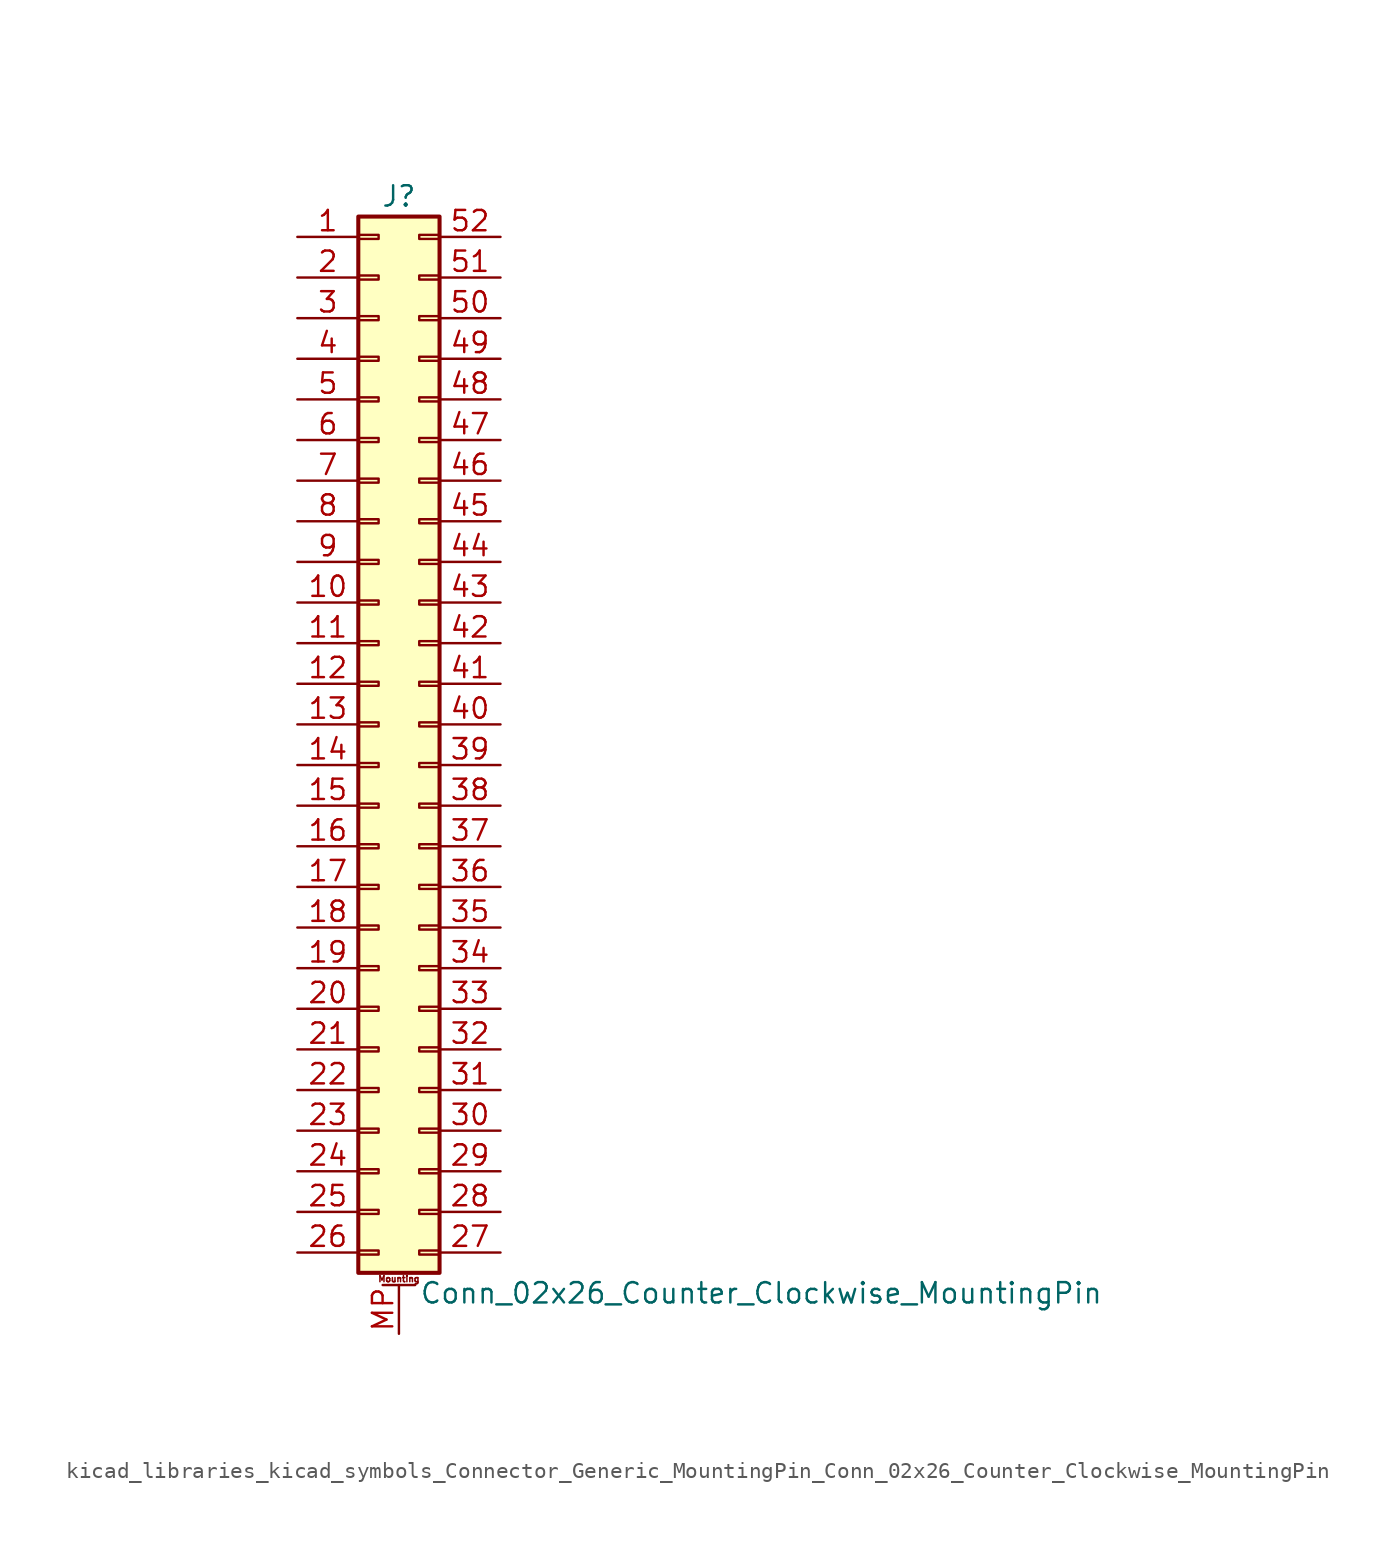
<source format=kicad_sym>
(kicad_symbol_lib
  (version 20220914)
  (generator kicad_symbol_editor)
  (symbol "kicad_libraries_kicad_symbols_Connector_Generic_MountingPin_Conn_02x26_Counter_Clockwise_MountingPin"
    (pin_names
      (offset 1.016) hide)
    (property "Reference" "J"
      (at 1.27 33.02 0)
      (effects (font (size 1.27 1.27))))
    (property "Value" "Conn_02x26_Counter_Clockwise_MountingPin"
      (at 2.54 -35.56 0)
      (effects (font (size 1.27 1.27)) (justify left)))
    (symbol "kicad_libraries_kicad_symbols_Connector_Generic_MountingPin_Conn_02x26_Counter_Clockwise_MountingPin_1_1"
      (rectangle (start -1.27 -32.893) (end 0 -33.147) (stroke (width 0.152) (type default)) (fill (type none)))
      (rectangle (start -1.27 -30.353) (end 0 -30.607) (stroke (width 0.152) (type default)) (fill (type none)))
      (rectangle (start -1.27 -27.813) (end 0 -28.067) (stroke (width 0.152) (type default)) (fill (type none)))
      (rectangle (start -1.27 -25.273) (end 0 -25.527) (stroke (width 0.152) (type default)) (fill (type none)))
      (rectangle (start -1.27 -22.733) (end 0 -22.987) (stroke (width 0.152) (type default)) (fill (type none)))
      (rectangle (start -1.27 -20.193) (end 0 -20.447) (stroke (width 0.152) (type default)) (fill (type none)))
      (rectangle (start -1.27 -17.653) (end 0 -17.907) (stroke (width 0.152) (type default)) (fill (type none)))
      (rectangle (start -1.27 -15.113) (end 0 -15.367) (stroke (width 0.152) (type default)) (fill (type none)))
      (rectangle (start -1.27 -12.573) (end 0 -12.827) (stroke (width 0.152) (type default)) (fill (type none)))
      (rectangle (start -1.27 -10.033) (end 0 -10.287) (stroke (width 0.152) (type default)) (fill (type none)))
      (rectangle (start -1.27 -7.493) (end 0 -7.747) (stroke (width 0.152) (type default)) (fill (type none)))
      (rectangle (start -1.27 -4.953) (end 0 -5.207) (stroke (width 0.152) (type default)) (fill (type none)))
      (rectangle (start -1.27 -2.413) (end 0 -2.667) (stroke (width 0.152) (type default)) (fill (type none)))
      (rectangle (start -1.27 0.127) (end 0 -0.127) (stroke (width 0.152) (type default)) (fill (type none)))
      (rectangle (start -1.27 2.667) (end 0 2.413) (stroke (width 0.152) (type default)) (fill (type none)))
      (rectangle (start -1.27 5.207) (end 0 4.953) (stroke (width 0.152) (type default)) (fill (type none)))
      (rectangle (start -1.27 7.747) (end 0 7.493) (stroke (width 0.152) (type default)) (fill (type none)))
      (rectangle (start -1.27 10.287) (end 0 10.033) (stroke (width 0.152) (type default)) (fill (type none)))
      (rectangle (start -1.27 12.827) (end 0 12.573) (stroke (width 0.152) (type default)) (fill (type none)))
      (rectangle (start -1.27 15.367) (end 0 15.113) (stroke (width 0.152) (type default)) (fill (type none)))
      (rectangle (start -1.27 17.907) (end 0 17.653) (stroke (width 0.152) (type default)) (fill (type none)))
      (rectangle (start -1.27 20.447) (end 0 20.193) (stroke (width 0.152) (type default)) (fill (type none)))
      (rectangle (start -1.27 22.987) (end 0 22.733) (stroke (width 0.152) (type default)) (fill (type none)))
      (rectangle (start -1.27 25.527) (end 0 25.273) (stroke (width 0.152) (type default)) (fill (type none)))
      (rectangle (start -1.27 28.067) (end 0 27.813) (stroke (width 0.152) (type default)) (fill (type none)))
      (rectangle (start -1.27 30.607) (end 0 30.353) (stroke (width 0.152) (type default)) (fill (type none)))
      (rectangle (start -1.27 31.75) (end 3.81 -34.29) (stroke (width 0.254) (type default)) (fill (type background)))
      (polyline (pts (xy 0.254 -35.052) (xy 2.286 -35.052)) (stroke (width 0.152) (type default)) (fill (type none)))
      (rectangle (start 3.81 -32.893) (end 2.54 -33.147) (stroke (width 0.152) (type default)) (fill (type none)))
      (rectangle (start 3.81 -30.353) (end 2.54 -30.607) (stroke (width 0.152) (type default)) (fill (type none)))
      (rectangle (start 3.81 -27.813) (end 2.54 -28.067) (stroke (width 0.152) (type default)) (fill (type none)))
      (rectangle (start 3.81 -25.273) (end 2.54 -25.527) (stroke (width 0.152) (type default)) (fill (type none)))
      (rectangle (start 3.81 -22.733) (end 2.54 -22.987) (stroke (width 0.152) (type default)) (fill (type none)))
      (rectangle (start 3.81 -20.193) (end 2.54 -20.447) (stroke (width 0.152) (type default)) (fill (type none)))
      (rectangle (start 3.81 -17.653) (end 2.54 -17.907) (stroke (width 0.152) (type default)) (fill (type none)))
      (rectangle (start 3.81 -15.113) (end 2.54 -15.367) (stroke (width 0.152) (type default)) (fill (type none)))
      (rectangle (start 3.81 -12.573) (end 2.54 -12.827) (stroke (width 0.152) (type default)) (fill (type none)))
      (rectangle (start 3.81 -10.033) (end 2.54 -10.287) (stroke (width 0.152) (type default)) (fill (type none)))
      (rectangle (start 3.81 -7.493) (end 2.54 -7.747) (stroke (width 0.152) (type default)) (fill (type none)))
      (rectangle (start 3.81 -4.953) (end 2.54 -5.207) (stroke (width 0.152) (type default)) (fill (type none)))
      (rectangle (start 3.81 -2.413) (end 2.54 -2.667) (stroke (width 0.152) (type default)) (fill (type none)))
      (rectangle (start 3.81 0.127) (end 2.54 -0.127) (stroke (width 0.152) (type default)) (fill (type none)))
      (rectangle (start 3.81 2.667) (end 2.54 2.413) (stroke (width 0.152) (type default)) (fill (type none)))
      (rectangle (start 3.81 5.207) (end 2.54 4.953) (stroke (width 0.152) (type default)) (fill (type none)))
      (rectangle (start 3.81 7.747) (end 2.54 7.493) (stroke (width 0.152) (type default)) (fill (type none)))
      (rectangle (start 3.81 10.287) (end 2.54 10.033) (stroke (width 0.152) (type default)) (fill (type none)))
      (rectangle (start 3.81 12.827) (end 2.54 12.573) (stroke (width 0.152) (type default)) (fill (type none)))
      (rectangle (start 3.81 15.367) (end 2.54 15.113) (stroke (width 0.152) (type default)) (fill (type none)))
      (rectangle (start 3.81 17.907) (end 2.54 17.653) (stroke (width 0.152) (type default)) (fill (type none)))
      (rectangle (start 3.81 20.447) (end 2.54 20.193) (stroke (width 0.152) (type default)) (fill (type none)))
      (rectangle (start 3.81 22.987) (end 2.54 22.733) (stroke (width 0.152) (type default)) (fill (type none)))
      (rectangle (start 3.81 25.527) (end 2.54 25.273) (stroke (width 0.152) (type default)) (fill (type none)))
      (rectangle (start 3.81 28.067) (end 2.54 27.813) (stroke (width 0.152) (type default)) (fill (type none)))
      (rectangle (start 3.81 30.607) (end 2.54 30.353) (stroke (width 0.152) (type default)) (fill (type none)))
      (text "Mounting" (at 1.27 -34.671 0) (effects (font (size 0.381 0.381))))
      (pin passive line (at -5.08 30.48 0) (length 3.81) (name "Pin_1" (effects (font (size 1.27 1.27)))) (number "1" (effects (font (size 1.27 1.27)))))
      (pin passive line (at -5.08 7.62 0) (length 3.81) (name "Pin_10" (effects (font (size 1.27 1.27)))) (number "10" (effects (font (size 1.27 1.27)))))
      (pin passive line (at -5.08 5.08 0) (length 3.81) (name "Pin_11" (effects (font (size 1.27 1.27)))) (number "11" (effects (font (size 1.27 1.27)))))
      (pin passive line (at -5.08 2.54 0) (length 3.81) (name "Pin_12" (effects (font (size 1.27 1.27)))) (number "12" (effects (font (size 1.27 1.27)))))
      (pin passive line (at -5.08 0 0) (length 3.81) (name "Pin_13" (effects (font (size 1.27 1.27)))) (number "13" (effects (font (size 1.27 1.27)))))
      (pin passive line (at -5.08 -2.54 0) (length 3.81) (name "Pin_14" (effects (font (size 1.27 1.27)))) (number "14" (effects (font (size 1.27 1.27)))))
      (pin passive line (at -5.08 -5.08 0) (length 3.81) (name "Pin_15" (effects (font (size 1.27 1.27)))) (number "15" (effects (font (size 1.27 1.27)))))
      (pin passive line (at -5.08 -7.62 0) (length 3.81) (name "Pin_16" (effects (font (size 1.27 1.27)))) (number "16" (effects (font (size 1.27 1.27)))))
      (pin passive line (at -5.08 -10.16 0) (length 3.81) (name "Pin_17" (effects (font (size 1.27 1.27)))) (number "17" (effects (font (size 1.27 1.27)))))
      (pin passive line (at -5.08 -12.7 0) (length 3.81) (name "Pin_18" (effects (font (size 1.27 1.27)))) (number "18" (effects (font (size 1.27 1.27)))))
      (pin passive line (at -5.08 -15.24 0) (length 3.81) (name "Pin_19" (effects (font (size 1.27 1.27)))) (number "19" (effects (font (size 1.27 1.27)))))
      (pin passive line (at -5.08 27.94 0) (length 3.81) (name "Pin_2" (effects (font (size 1.27 1.27)))) (number "2" (effects (font (size 1.27 1.27)))))
      (pin passive line (at -5.08 -17.78 0) (length 3.81) (name "Pin_20" (effects (font (size 1.27 1.27)))) (number "20" (effects (font (size 1.27 1.27)))))
      (pin passive line (at -5.08 -20.32 0) (length 3.81) (name "Pin_21" (effects (font (size 1.27 1.27)))) (number "21" (effects (font (size 1.27 1.27)))))
      (pin passive line (at -5.08 -22.86 0) (length 3.81) (name "Pin_22" (effects (font (size 1.27 1.27)))) (number "22" (effects (font (size 1.27 1.27)))))
      (pin passive line (at -5.08 -25.4 0) (length 3.81) (name "Pin_23" (effects (font (size 1.27 1.27)))) (number "23" (effects (font (size 1.27 1.27)))))
      (pin passive line (at -5.08 -27.94 0) (length 3.81) (name "Pin_24" (effects (font (size 1.27 1.27)))) (number "24" (effects (font (size 1.27 1.27)))))
      (pin passive line (at -5.08 -30.48 0) (length 3.81) (name "Pin_25" (effects (font (size 1.27 1.27)))) (number "25" (effects (font (size 1.27 1.27)))))
      (pin passive line (at -5.08 -33.02 0) (length 3.81) (name "Pin_26" (effects (font (size 1.27 1.27)))) (number "26" (effects (font (size 1.27 1.27)))))
      (pin passive line (at 7.62 -33.02 180) (length 3.81) (name "Pin_27" (effects (font (size 1.27 1.27)))) (number "27" (effects (font (size 1.27 1.27)))))
      (pin passive line (at 7.62 -30.48 180) (length 3.81) (name "Pin_28" (effects (font (size 1.27 1.27)))) (number "28" (effects (font (size 1.27 1.27)))))
      (pin passive line (at 7.62 -27.94 180) (length 3.81) (name "Pin_29" (effects (font (size 1.27 1.27)))) (number "29" (effects (font (size 1.27 1.27)))))
      (pin passive line (at -5.08 25.4 0) (length 3.81) (name "Pin_3" (effects (font (size 1.27 1.27)))) (number "3" (effects (font (size 1.27 1.27)))))
      (pin passive line (at 7.62 -25.4 180) (length 3.81) (name "Pin_30" (effects (font (size 1.27 1.27)))) (number "30" (effects (font (size 1.27 1.27)))))
      (pin passive line (at 7.62 -22.86 180) (length 3.81) (name "Pin_31" (effects (font (size 1.27 1.27)))) (number "31" (effects (font (size 1.27 1.27)))))
      (pin passive line (at 7.62 -20.32 180) (length 3.81) (name "Pin_32" (effects (font (size 1.27 1.27)))) (number "32" (effects (font (size 1.27 1.27)))))
      (pin passive line (at 7.62 -17.78 180) (length 3.81) (name "Pin_33" (effects (font (size 1.27 1.27)))) (number "33" (effects (font (size 1.27 1.27)))))
      (pin passive line (at 7.62 -15.24 180) (length 3.81) (name "Pin_34" (effects (font (size 1.27 1.27)))) (number "34" (effects (font (size 1.27 1.27)))))
      (pin passive line (at 7.62 -12.7 180) (length 3.81) (name "Pin_35" (effects (font (size 1.27 1.27)))) (number "35" (effects (font (size 1.27 1.27)))))
      (pin passive line (at 7.62 -10.16 180) (length 3.81) (name "Pin_36" (effects (font (size 1.27 1.27)))) (number "36" (effects (font (size 1.27 1.27)))))
      (pin passive line (at 7.62 -7.62 180) (length 3.81) (name "Pin_37" (effects (font (size 1.27 1.27)))) (number "37" (effects (font (size 1.27 1.27)))))
      (pin passive line (at 7.62 -5.08 180) (length 3.81) (name "Pin_38" (effects (font (size 1.27 1.27)))) (number "38" (effects (font (size 1.27 1.27)))))
      (pin passive line (at 7.62 -2.54 180) (length 3.81) (name "Pin_39" (effects (font (size 1.27 1.27)))) (number "39" (effects (font (size 1.27 1.27)))))
      (pin passive line (at -5.08 22.86 0) (length 3.81) (name "Pin_4" (effects (font (size 1.27 1.27)))) (number "4" (effects (font (size 1.27 1.27)))))
      (pin passive line (at 7.62 0 180) (length 3.81) (name "Pin_40" (effects (font (size 1.27 1.27)))) (number "40" (effects (font (size 1.27 1.27)))))
      (pin passive line (at 7.62 2.54 180) (length 3.81) (name "Pin_41" (effects (font (size 1.27 1.27)))) (number "41" (effects (font (size 1.27 1.27)))))
      (pin passive line (at 7.62 5.08 180) (length 3.81) (name "Pin_42" (effects (font (size 1.27 1.27)))) (number "42" (effects (font (size 1.27 1.27)))))
      (pin passive line (at 7.62 7.62 180) (length 3.81) (name "Pin_43" (effects (font (size 1.27 1.27)))) (number "43" (effects (font (size 1.27 1.27)))))
      (pin passive line (at 7.62 10.16 180) (length 3.81) (name "Pin_44" (effects (font (size 1.27 1.27)))) (number "44" (effects (font (size 1.27 1.27)))))
      (pin passive line (at 7.62 12.7 180) (length 3.81) (name "Pin_45" (effects (font (size 1.27 1.27)))) (number "45" (effects (font (size 1.27 1.27)))))
      (pin passive line (at 7.62 15.24 180) (length 3.81) (name "Pin_46" (effects (font (size 1.27 1.27)))) (number "46" (effects (font (size 1.27 1.27)))))
      (pin passive line (at 7.62 17.78 180) (length 3.81) (name "Pin_47" (effects (font (size 1.27 1.27)))) (number "47" (effects (font (size 1.27 1.27)))))
      (pin passive line (at 7.62 20.32 180) (length 3.81) (name "Pin_48" (effects (font (size 1.27 1.27)))) (number "48" (effects (font (size 1.27 1.27)))))
      (pin passive line (at 7.62 22.86 180) (length 3.81) (name "Pin_49" (effects (font (size 1.27 1.27)))) (number "49" (effects (font (size 1.27 1.27)))))
      (pin passive line (at -5.08 20.32 0) (length 3.81) (name "Pin_5" (effects (font (size 1.27 1.27)))) (number "5" (effects (font (size 1.27 1.27)))))
      (pin passive line (at 7.62 25.4 180) (length 3.81) (name "Pin_50" (effects (font (size 1.27 1.27)))) (number "50" (effects (font (size 1.27 1.27)))))
      (pin passive line (at 7.62 27.94 180) (length 3.81) (name "Pin_51" (effects (font (size 1.27 1.27)))) (number "51" (effects (font (size 1.27 1.27)))))
      (pin passive line (at 7.62 30.48 180) (length 3.81) (name "Pin_52" (effects (font (size 1.27 1.27)))) (number "52" (effects (font (size 1.27 1.27)))))
      (pin passive line (at -5.08 17.78 0) (length 3.81) (name "Pin_6" (effects (font (size 1.27 1.27)))) (number "6" (effects (font (size 1.27 1.27)))))
      (pin passive line (at -5.08 15.24 0) (length 3.81) (name "Pin_7" (effects (font (size 1.27 1.27)))) (number "7" (effects (font (size 1.27 1.27)))))
      (pin passive line (at -5.08 12.7 0) (length 3.81) (name "Pin_8" (effects (font (size 1.27 1.27)))) (number "8" (effects (font (size 1.27 1.27)))))
      (pin passive line (at -5.08 10.16 0) (length 3.81) (name "Pin_9" (effects (font (size 1.27 1.27)))) (number "9" (effects (font (size 1.27 1.27)))))
      (pin passive line (at 1.27 -38.1 90) (length 3.048) (name "MountPin" (effects (font (size 1.27 1.27)))) (number "MP" (effects (font (size 1.27 1.27))))))))
</source>
